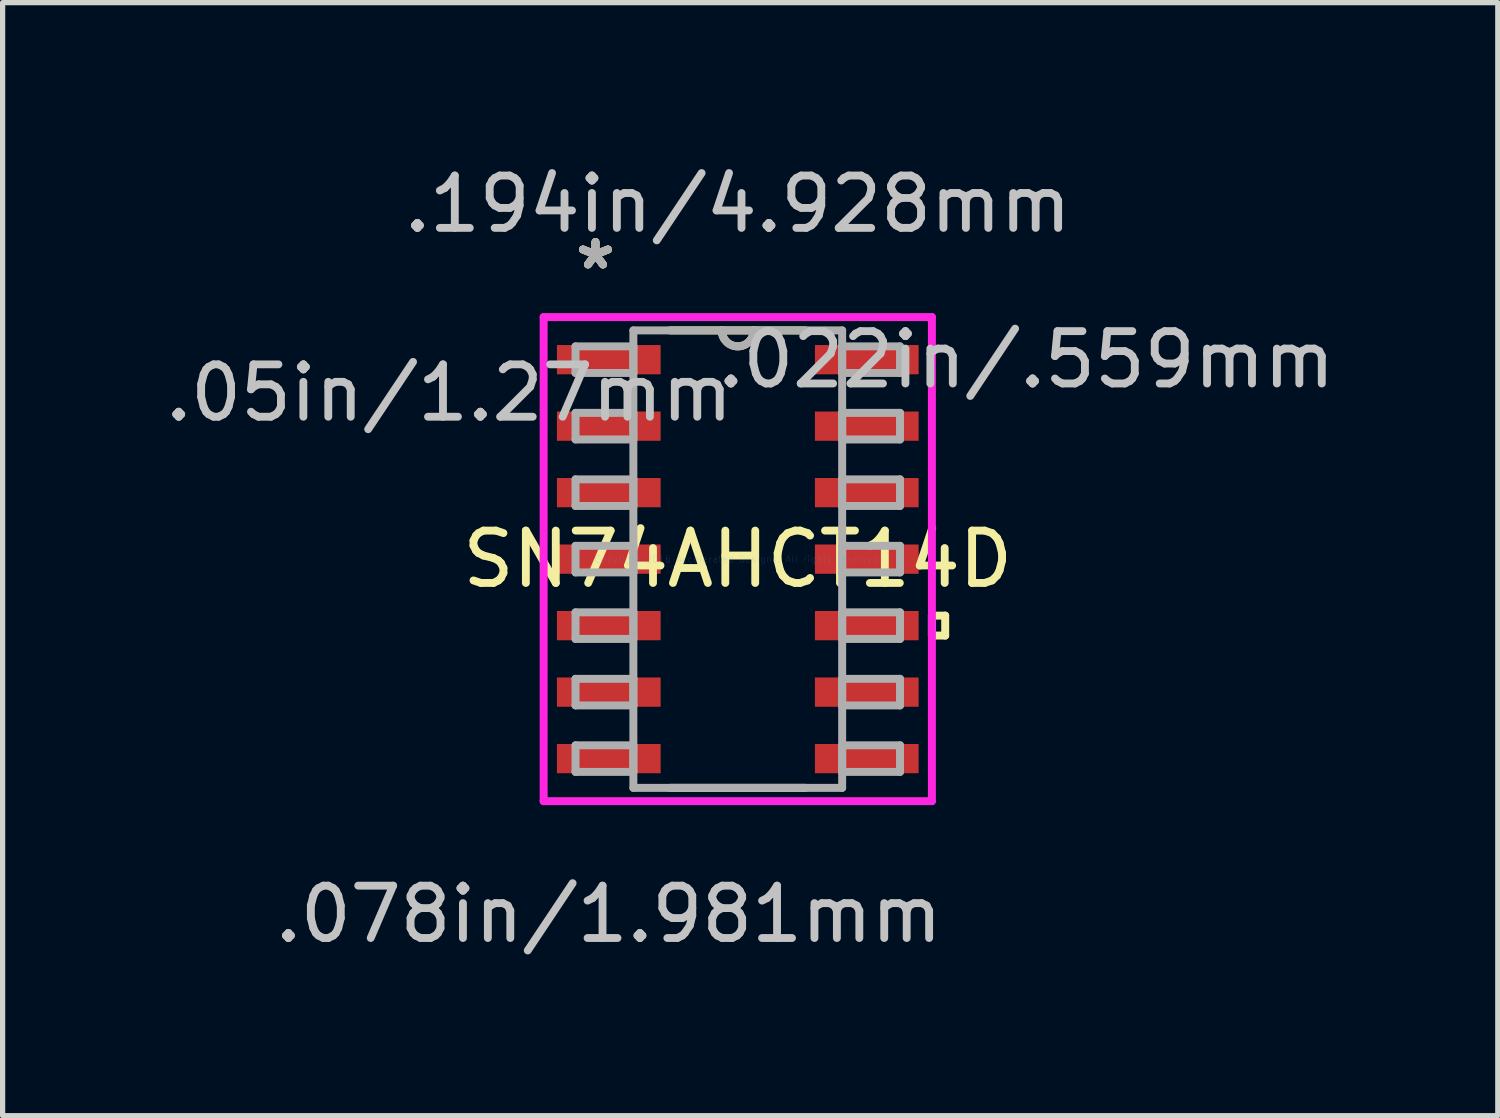
<source format=kicad_pcb>
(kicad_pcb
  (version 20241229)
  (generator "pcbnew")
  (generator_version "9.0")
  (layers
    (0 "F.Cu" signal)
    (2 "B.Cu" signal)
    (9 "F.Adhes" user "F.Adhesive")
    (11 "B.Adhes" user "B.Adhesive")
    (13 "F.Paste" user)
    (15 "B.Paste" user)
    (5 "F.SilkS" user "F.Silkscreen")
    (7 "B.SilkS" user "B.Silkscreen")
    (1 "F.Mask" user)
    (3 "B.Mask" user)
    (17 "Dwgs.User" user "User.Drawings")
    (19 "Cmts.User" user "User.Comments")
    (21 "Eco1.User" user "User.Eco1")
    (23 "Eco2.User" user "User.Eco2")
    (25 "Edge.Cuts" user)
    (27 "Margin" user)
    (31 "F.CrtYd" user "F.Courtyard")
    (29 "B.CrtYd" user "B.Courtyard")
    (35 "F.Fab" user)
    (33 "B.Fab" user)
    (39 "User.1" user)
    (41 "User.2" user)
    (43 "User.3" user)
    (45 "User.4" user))
  (footprint "SN74AHCT14D"
    (layer "F.Cu")
    (at 11.042 7.63)
    (property "Reference" "SN74AHCT14D" (at 0 0 0) (layer "F.SilkS") (effects (font (size 1 1) (thickness 0.15))))
    (attr through_hole)
    (fp_line (start -1.293 4.369) (end 1.293 4.369) (stroke (width 0.152) (type solid)) (layer "F.SilkS"))
    (fp_line (start 1.293 -4.369) (end -1.293 -4.369) (stroke (width 0.152) (type solid)) (layer "F.SilkS"))
    (fp_line (start 3.708 1.079) (end 3.962 1.079) (stroke (width 0.152) (type solid)) (layer "F.SilkS"))
    (fp_line (start 3.708 1.46) (end 3.708 1.079) (stroke (width 0.152) (type solid)) (layer "F.SilkS"))
    (fp_line (start 3.962 1.079) (end 3.962 1.46) (stroke (width 0.152) (type solid)) (layer "F.SilkS"))
    (fp_line (start 3.962 1.46) (end 3.708 1.46) (stroke (width 0.152) (type solid)) (layer "F.SilkS"))
    (fp_arc (start 0.3048 -4.3688) (mid 0 -4.064) (end -0.3048 -4.3688) (stroke (width 0.1524) (type solid)) (layer "F.SilkS"))
    (fp_line (start -3.708 -4.623) (end 3.708 -4.623) (stroke (width 0.152) (type solid)) (layer "F.CrtYd"))
    (fp_line (start -3.708 4.623) (end -3.708 -4.623) (stroke (width 0.152) (type solid)) (layer "F.CrtYd"))
    (fp_line (start 3.708 -4.623) (end 3.708 4.623) (stroke (width 0.152) (type solid)) (layer "F.CrtYd"))
    (fp_line (start 3.708 4.623) (end -3.708 4.623) (stroke (width 0.152) (type solid)) (layer "F.CrtYd"))
    (fp_line (start -3.099 -4.064) (end -3.099 -3.556) (stroke (width 0.152) (type solid)) (layer "F.Fab"))
    (fp_line (start -3.099 -3.556) (end -1.994 -3.556) (stroke (width 0.152) (type solid)) (layer "F.Fab"))
    (fp_line (start -3.099 -2.794) (end -3.099 -2.286) (stroke (width 0.152) (type solid)) (layer "F.Fab"))
    (fp_line (start -3.099 -2.286) (end -1.994 -2.286) (stroke (width 0.152) (type solid)) (layer "F.Fab"))
    (fp_line (start -3.099 -1.524) (end -3.099 -1.016) (stroke (width 0.152) (type solid)) (layer "F.Fab"))
    (fp_line (start -3.099 -1.016) (end -1.994 -1.016) (stroke (width 0.152) (type solid)) (layer "F.Fab"))
    (fp_line (start -3.099 -0.254) (end -3.099 0.254) (stroke (width 0.152) (type solid)) (layer "F.Fab"))
    (fp_line (start -3.099 0.254) (end -1.994 0.254) (stroke (width 0.152) (type solid)) (layer "F.Fab"))
    (fp_line (start -3.099 1.016) (end -3.099 1.524) (stroke (width 0.152) (type solid)) (layer "F.Fab"))
    (fp_line (start -3.099 1.524) (end -1.994 1.524) (stroke (width 0.152) (type solid)) (layer "F.Fab"))
    (fp_line (start -3.099 2.286) (end -3.099 2.794) (stroke (width 0.152) (type solid)) (layer "F.Fab"))
    (fp_line (start -3.099 2.794) (end -1.994 2.794) (stroke (width 0.152) (type solid)) (layer "F.Fab"))
    (fp_line (start -3.099 3.556) (end -3.099 4.064) (stroke (width 0.152) (type solid)) (layer "F.Fab"))
    (fp_line (start -3.099 4.064) (end -1.994 4.064) (stroke (width 0.152) (type solid)) (layer "F.Fab"))
    (fp_line (start -1.994 -4.369) (end -1.994 4.369) (stroke (width 0.152) (type solid)) (layer "F.Fab"))
    (fp_line (start -1.994 -4.064) (end -3.099 -4.064) (stroke (width 0.152) (type solid)) (layer "F.Fab"))
    (fp_line (start -1.994 -3.556) (end -1.994 -4.064) (stroke (width 0.152) (type solid)) (layer "F.Fab"))
    (fp_line (start -1.994 -2.794) (end -3.099 -2.794) (stroke (width 0.152) (type solid)) (layer "F.Fab"))
    (fp_line (start -1.994 -2.286) (end -1.994 -2.794) (stroke (width 0.152) (type solid)) (layer "F.Fab"))
    (fp_line (start -1.994 -1.524) (end -3.099 -1.524) (stroke (width 0.152) (type solid)) (layer "F.Fab"))
    (fp_line (start -1.994 -1.016) (end -1.994 -1.524) (stroke (width 0.152) (type solid)) (layer "F.Fab"))
    (fp_line (start -1.994 -0.254) (end -3.099 -0.254) (stroke (width 0.152) (type solid)) (layer "F.Fab"))
    (fp_line (start -1.994 0.254) (end -1.994 -0.254) (stroke (width 0.152) (type solid)) (layer "F.Fab"))
    (fp_line (start -1.994 1.016) (end -3.099 1.016) (stroke (width 0.152) (type solid)) (layer "F.Fab"))
    (fp_line (start -1.994 1.524) (end -1.994 1.016) (stroke (width 0.152) (type solid)) (layer "F.Fab"))
    (fp_line (start -1.994 2.286) (end -3.099 2.286) (stroke (width 0.152) (type solid)) (layer "F.Fab"))
    (fp_line (start -1.994 2.794) (end -1.994 2.286) (stroke (width 0.152) (type solid)) (layer "F.Fab"))
    (fp_line (start -1.994 3.556) (end -3.099 3.556) (stroke (width 0.152) (type solid)) (layer "F.Fab"))
    (fp_line (start -1.994 4.064) (end -1.994 3.556) (stroke (width 0.152) (type solid)) (layer "F.Fab"))
    (fp_line (start -1.994 4.369) (end 1.994 4.369) (stroke (width 0.152) (type solid)) (layer "F.Fab"))
    (fp_line (start 1.994 -4.369) (end -1.994 -4.369) (stroke (width 0.152) (type solid)) (layer "F.Fab"))
    (fp_line (start 1.994 -4.064) (end 1.994 -3.556) (stroke (width 0.152) (type solid)) (layer "F.Fab"))
    (fp_line (start 1.994 -3.556) (end 3.099 -3.556) (stroke (width 0.152) (type solid)) (layer "F.Fab"))
    (fp_line (start 1.994 -2.794) (end 1.994 -2.286) (stroke (width 0.152) (type solid)) (layer "F.Fab"))
    (fp_line (start 1.994 -2.286) (end 3.099 -2.286) (stroke (width 0.152) (type solid)) (layer "F.Fab"))
    (fp_line (start 1.994 -1.524) (end 1.994 -1.016) (stroke (width 0.152) (type solid)) (layer "F.Fab"))
    (fp_line (start 1.994 -1.016) (end 3.099 -1.016) (stroke (width 0.152) (type solid)) (layer "F.Fab"))
    (fp_line (start 1.994 -0.254) (end 1.994 0.254) (stroke (width 0.152) (type solid)) (layer "F.Fab"))
    (fp_line (start 1.994 0.254) (end 3.099 0.254) (stroke (width 0.152) (type solid)) (layer "F.Fab"))
    (fp_line (start 1.994 1.016) (end 1.994 1.524) (stroke (width 0.152) (type solid)) (layer "F.Fab"))
    (fp_line (start 1.994 1.524) (end 3.099 1.524) (stroke (width 0.152) (type solid)) (layer "F.Fab"))
    (fp_line (start 1.994 2.286) (end 1.994 2.794) (stroke (width 0.152) (type solid)) (layer "F.Fab"))
    (fp_line (start 1.994 2.794) (end 3.099 2.794) (stroke (width 0.152) (type solid)) (layer "F.Fab"))
    (fp_line (start 1.994 3.556) (end 1.994 4.064) (stroke (width 0.152) (type solid)) (layer "F.Fab"))
    (fp_line (start 1.994 4.064) (end 3.099 4.064) (stroke (width 0.152) (type solid)) (layer "F.Fab"))
    (fp_line (start 1.994 4.369) (end 1.994 -4.369) (stroke (width 0.152) (type solid)) (layer "F.Fab"))
    (fp_line (start 3.099 -4.064) (end 1.994 -4.064) (stroke (width 0.152) (type solid)) (layer "F.Fab"))
    (fp_line (start 3.099 -3.556) (end 3.099 -4.064) (stroke (width 0.152) (type solid)) (layer "F.Fab"))
    (fp_line (start 3.099 -2.794) (end 1.994 -2.794) (stroke (width 0.152) (type solid)) (layer "F.Fab"))
    (fp_line (start 3.099 -2.286) (end 3.099 -2.794) (stroke (width 0.152) (type solid)) (layer "F.Fab"))
    (fp_line (start 3.099 -1.524) (end 1.994 -1.524) (stroke (width 0.152) (type solid)) (layer "F.Fab"))
    (fp_line (start 3.099 -1.016) (end 3.099 -1.524) (stroke (width 0.152) (type solid)) (layer "F.Fab"))
    (fp_line (start 3.099 -0.254) (end 1.994 -0.254) (stroke (width 0.152) (type solid)) (layer "F.Fab"))
    (fp_line (start 3.099 0.254) (end 3.099 -0.254) (stroke (width 0.152) (type solid)) (layer "F.Fab"))
    (fp_line (start 3.099 1.016) (end 1.994 1.016) (stroke (width 0.152) (type solid)) (layer "F.Fab"))
    (fp_line (start 3.099 1.524) (end 3.099 1.016) (stroke (width 0.152) (type solid)) (layer "F.Fab"))
    (fp_line (start 3.099 2.286) (end 1.994 2.286) (stroke (width 0.152) (type solid)) (layer "F.Fab"))
    (fp_line (start 3.099 2.794) (end 3.099 2.286) (stroke (width 0.152) (type solid)) (layer "F.Fab"))
    (fp_line (start 3.099 3.556) (end 1.994 3.556) (stroke (width 0.152) (type solid)) (layer "F.Fab"))
    (fp_line (start 3.099 4.064) (end 3.099 3.556) (stroke (width 0.152) (type solid)) (layer "F.Fab"))
    (fp_arc (start 0.3048 -4.3688) (mid 0 -4.064) (end -0.3048 -4.3688) (stroke (width 0.1524) (type solid)) (layer "F.Fab"))
    (fp_text user "*" (at -2.718 -5.512 0) (layer "F.SilkS") (effects (font (size 1 1) (thickness 0.15))))
    (fp_text user "*" (at -2.718 -5.512 0) (layer "F.SilkS") (effects (font (size 1 1) (thickness 0.15))))
    (fp_text user ".194in/4.928mm" (at 0 -6.782 0) (layer "Dwgs.User") (effects (font (size 1 1) (thickness 0.15))))
    (fp_text user ".078in/1.981mm" (at -2.464 6.782 0) (layer "Dwgs.User") (effects (font (size 1 1) (thickness 0.15))))
    (fp_text user ".022in/.559mm" (at 5.512 -3.81 0) (layer "Dwgs.User") (effects (font (size 1 1) (thickness 0.15))))
    (fp_text user ".05in/1.27mm" (at -5.512 -3.175 0) (layer "Dwgs.User") (effects (font (size 1 1) (thickness 0.15))))
    (fp_text user "Copyright 2016 Accelerated Designs. All rights reserved." (at 0 0 0) (layer "Cmts.User") (effects (font (size 0.127 0.127) (thickness 0.002))))
    (fp_text user "*" (at -2.718 -5.512 0) (layer "F.Fab") (effects (font (size 1 1) (thickness 0.15))))
    (fp_text user "*" (at -2.718 -5.512 0) (layer "F.Fab") (effects (font (size 1 1) (thickness 0.15))))
    (pad "1" smd rect (at -2.464 -3.81) (size 1.981 0.559) (layers "F.Cu" "F.Mask" "F.Paste"))
    (pad "2" smd rect (at -2.464 -2.54) (size 1.981 0.559) (layers "F.Cu" "F.Mask" "F.Paste"))
    (pad "3" smd rect (at -2.464 -1.27) (size 1.981 0.559) (layers "F.Cu" "F.Mask" "F.Paste"))
    (pad "4" smd rect (at -2.464 0) (size 1.981 0.559) (layers "F.Cu" "F.Mask" "F.Paste"))
    (pad "5" smd rect (at -2.464 1.27) (size 1.981 0.559) (layers "F.Cu" "F.Mask" "F.Paste"))
    (pad "6" smd rect (at -2.464 2.54) (size 1.981 0.559) (layers "F.Cu" "F.Mask" "F.Paste"))
    (pad "7" smd rect (at -2.464 3.81) (size 1.981 0.559) (layers "F.Cu" "F.Mask" "F.Paste"))
    (pad "8" smd rect (at 2.464 3.81) (size 1.981 0.559) (layers "F.Cu" "F.Mask" "F.Paste"))
    (pad "9" smd rect (at 2.464 2.54) (size 1.981 0.559) (layers "F.Cu" "F.Mask" "F.Paste"))
    (pad "10" smd rect (at 2.464 1.27) (size 1.981 0.559) (layers "F.Cu" "F.Mask" "F.Paste"))
    (pad "11" smd rect (at 2.464 0) (size 1.981 0.559) (layers "F.Cu" "F.Mask" "F.Paste"))
    (pad "12" smd rect (at 2.464 -1.27) (size 1.981 0.559) (layers "F.Cu" "F.Mask" "F.Paste"))
    (pad "13" smd rect (at 2.464 -2.54) (size 1.981 0.559) (layers "F.Cu" "F.Mask" "F.Paste"))
    (pad "14" smd rect (at 2.464 -3.81) (size 1.981 0.559) (layers "F.Cu" "F.Mask" "F.Paste")))
  (gr_rect
    (start -3 -3)
    (end 25.559 18.26)
    (stroke (width 0.1) (type default))
    (fill no)
    (layer "Edge.Cuts")))
</source>
